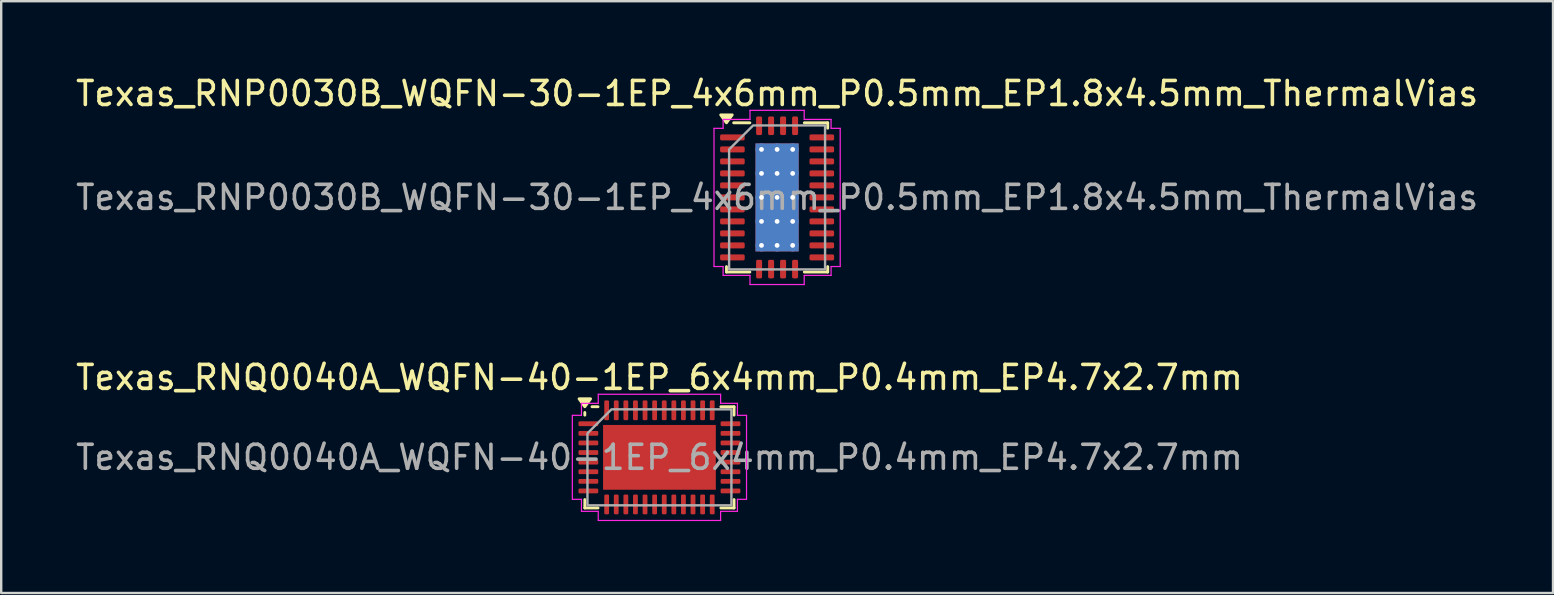
<source format=kicad_pcb>
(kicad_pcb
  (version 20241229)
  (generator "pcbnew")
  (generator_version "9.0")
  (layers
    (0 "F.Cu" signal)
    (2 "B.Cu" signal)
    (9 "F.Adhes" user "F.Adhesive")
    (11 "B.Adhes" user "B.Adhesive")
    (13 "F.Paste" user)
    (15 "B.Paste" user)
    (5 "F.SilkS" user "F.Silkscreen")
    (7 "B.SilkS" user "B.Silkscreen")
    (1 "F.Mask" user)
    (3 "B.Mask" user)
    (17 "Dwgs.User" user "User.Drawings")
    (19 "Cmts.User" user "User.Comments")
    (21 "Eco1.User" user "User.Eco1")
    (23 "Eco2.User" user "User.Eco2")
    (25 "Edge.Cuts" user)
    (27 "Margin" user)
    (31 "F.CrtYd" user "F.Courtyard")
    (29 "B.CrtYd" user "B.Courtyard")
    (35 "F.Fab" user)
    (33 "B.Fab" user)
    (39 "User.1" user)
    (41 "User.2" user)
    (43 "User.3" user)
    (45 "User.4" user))
  (footprint "Texas_RNQ0040A_WQFN-40-1EP_6x4mm_P0.4mm_EP4.7x2.7mm"
    (layer "F.Cu")
    (at 24.435 16.012)
    (property "Reference" "Texas_RNQ0040A_WQFN-40-1EP_6x4mm_P0.4mm_EP4.7x2.7mm" (at 0 -3.33 0) (layer "F.SilkS") (effects (font (size 1 1) (thickness 0.15))))
    (attr smd)
    (fp_line (start -3.11 -1.76) (end -3.11 -1.87) (stroke (width 0.12) (type solid)) (layer "F.SilkS"))
    (fp_line (start -3.11 2.11) (end -3.11 1.76) (stroke (width 0.12) (type solid)) (layer "F.SilkS"))
    (fp_line (start -2.56 -2.11) (end -2.81 -2.11) (stroke (width 0.12) (type solid)) (layer "F.SilkS"))
    (fp_line (start -2.56 2.11) (end -3.11 2.11) (stroke (width 0.12) (type solid)) (layer "F.SilkS"))
    (fp_line (start 2.56 -2.11) (end 3.11 -2.11) (stroke (width 0.12) (type solid)) (layer "F.SilkS"))
    (fp_line (start 2.56 2.11) (end 3.11 2.11) (stroke (width 0.12) (type solid)) (layer "F.SilkS"))
    (fp_line (start 3.11 -2.11) (end 3.11 -1.76) (stroke (width 0.12) (type solid)) (layer "F.SilkS"))
    (fp_line (start 3.11 2.11) (end 3.11 1.76) (stroke (width 0.12) (type solid)) (layer "F.SilkS"))
    (fp_poly (pts (xy -3.11 -2.11) (xy -3.35 -2.44) (xy -2.87 -2.44)) (stroke (width 0.12) (type solid)) (fill yes) (layer "F.SilkS"))
    (fp_line (start -3.63 -1.75) (end -3.25 -1.75) (stroke (width 0.05) (type solid)) (layer "F.CrtYd"))
    (fp_line (start -3.63 1.75) (end -3.63 -1.75) (stroke (width 0.05) (type solid)) (layer "F.CrtYd"))
    (fp_line (start -3.25 -2.25) (end -2.55 -2.25) (stroke (width 0.05) (type solid)) (layer "F.CrtYd"))
    (fp_line (start -3.25 -1.75) (end -3.25 -2.25) (stroke (width 0.05) (type solid)) (layer "F.CrtYd"))
    (fp_line (start -3.25 1.75) (end -3.63 1.75) (stroke (width 0.05) (type solid)) (layer "F.CrtYd"))
    (fp_line (start -3.25 2.25) (end -3.25 1.75) (stroke (width 0.05) (type solid)) (layer "F.CrtYd"))
    (fp_line (start -2.55 -2.63) (end 2.55 -2.63) (stroke (width 0.05) (type solid)) (layer "F.CrtYd"))
    (fp_line (start -2.55 -2.25) (end -2.55 -2.63) (stroke (width 0.05) (type solid)) (layer "F.CrtYd"))
    (fp_line (start -2.55 2.25) (end -3.25 2.25) (stroke (width 0.05) (type solid)) (layer "F.CrtYd"))
    (fp_line (start -2.55 2.63) (end -2.55 2.25) (stroke (width 0.05) (type solid)) (layer "F.CrtYd"))
    (fp_line (start 2.55 -2.63) (end 2.55 -2.25) (stroke (width 0.05) (type solid)) (layer "F.CrtYd"))
    (fp_line (start 2.55 -2.25) (end 3.25 -2.25) (stroke (width 0.05) (type solid)) (layer "F.CrtYd"))
    (fp_line (start 2.55 2.25) (end 2.55 2.63) (stroke (width 0.05) (type solid)) (layer "F.CrtYd"))
    (fp_line (start 2.55 2.63) (end -2.55 2.63) (stroke (width 0.05) (type solid)) (layer "F.CrtYd"))
    (fp_line (start 3.25 -2.25) (end 3.25 -1.75) (stroke (width 0.05) (type solid)) (layer "F.CrtYd"))
    (fp_line (start 3.25 -1.75) (end 3.63 -1.75) (stroke (width 0.05) (type solid)) (layer "F.CrtYd"))
    (fp_line (start 3.25 1.75) (end 3.25 2.25) (stroke (width 0.05) (type solid)) (layer "F.CrtYd"))
    (fp_line (start 3.25 2.25) (end 2.55 2.25) (stroke (width 0.05) (type solid)) (layer "F.CrtYd"))
    (fp_line (start 3.63 -1.75) (end 3.63 1.75) (stroke (width 0.05) (type solid)) (layer "F.CrtYd"))
    (fp_line (start 3.63 1.75) (end 3.25 1.75) (stroke (width 0.05) (type solid)) (layer "F.CrtYd"))
    (fp_poly (pts (xy -3 -1) (xy -3 2) (xy 3 2) (xy 3 -2) (xy -2 -2)) (stroke (width 0.1) (type solid)) (fill no) (layer "F.Fab"))
    (fp_text user "${REFERENCE}" (at 0 0 0) (layer "F.Fab") (effects (font (size 1 1) (thickness 0.15))))
    (pad "" smd roundrect (at -1.57 -0.675) (size 1.34 1.15) (layers "F.Paste") (roundrect_rratio 0.217))
    (pad "" smd roundrect (at -1.57 0.675) (size 1.34 1.15) (layers "F.Paste") (roundrect_rratio 0.217))
    (pad "" smd roundrect (at 0 -0.675) (size 1.34 1.15) (layers "F.Paste") (roundrect_rratio 0.217))
    (pad "" smd roundrect (at 0 0.675) (size 1.34 1.15) (layers "F.Paste") (roundrect_rratio 0.217))
    (pad "" smd roundrect (at 1.57 -0.675) (size 1.34 1.15) (layers "F.Paste") (roundrect_rratio 0.217))
    (pad "" smd roundrect (at 1.57 0.675) (size 1.34 1.15) (layers "F.Paste") (roundrect_rratio 0.217))
    (pad "1" smd roundrect (at -2.962 -1.4) (size 0.825 0.2) (layers "F.Cu" "F.Mask" "F.Paste") (roundrect_rratio 0.25))
    (pad "2" smd roundrect (at -2.962 -1) (size 0.825 0.2) (layers "F.Cu" "F.Mask" "F.Paste") (roundrect_rratio 0.25))
    (pad "3" smd roundrect (at -2.962 -0.6) (size 0.825 0.2) (layers "F.Cu" "F.Mask" "F.Paste") (roundrect_rratio 0.25))
    (pad "4" smd roundrect (at -2.962 -0.2) (size 0.825 0.2) (layers "F.Cu" "F.Mask" "F.Paste") (roundrect_rratio 0.25))
    (pad "5" smd roundrect (at -2.962 0.2) (size 0.825 0.2) (layers "F.Cu" "F.Mask" "F.Paste") (roundrect_rratio 0.25))
    (pad "6" smd roundrect (at -2.962 0.6) (size 0.825 0.2) (layers "F.Cu" "F.Mask" "F.Paste") (roundrect_rratio 0.25))
    (pad "7" smd roundrect (at -2.962 1) (size 0.825 0.2) (layers "F.Cu" "F.Mask" "F.Paste") (roundrect_rratio 0.25))
    (pad "8" smd roundrect (at -2.962 1.4) (size 0.825 0.2) (layers "F.Cu" "F.Mask" "F.Paste") (roundrect_rratio 0.25))
    (pad "9" smd roundrect (at -2.2 1.962) (size 0.2 0.825) (layers "F.Cu" "F.Mask" "F.Paste") (roundrect_rratio 0.25))
    (pad "10" smd roundrect (at -1.8 1.962) (size 0.2 0.825) (layers "F.Cu" "F.Mask" "F.Paste") (roundrect_rratio 0.25))
    (pad "11" smd roundrect (at -1.4 1.962) (size 0.2 0.825) (layers "F.Cu" "F.Mask" "F.Paste") (roundrect_rratio 0.25))
    (pad "12" smd roundrect (at -1 1.962) (size 0.2 0.825) (layers "F.Cu" "F.Mask" "F.Paste") (roundrect_rratio 0.25))
    (pad "13" smd roundrect (at -0.6 1.962) (size 0.2 0.825) (layers "F.Cu" "F.Mask" "F.Paste") (roundrect_rratio 0.25))
    (pad "14" smd roundrect (at -0.2 1.962) (size 0.2 0.825) (layers "F.Cu" "F.Mask" "F.Paste") (roundrect_rratio 0.25))
    (pad "15" smd roundrect (at 0.2 1.962) (size 0.2 0.825) (layers "F.Cu" "F.Mask" "F.Paste") (roundrect_rratio 0.25))
    (pad "16" smd roundrect (at 0.6 1.962) (size 0.2 0.825) (layers "F.Cu" "F.Mask" "F.Paste") (roundrect_rratio 0.25))
    (pad "17" smd roundrect (at 1 1.962) (size 0.2 0.825) (layers "F.Cu" "F.Mask" "F.Paste") (roundrect_rratio 0.25))
    (pad "18" smd roundrect (at 1.4 1.962) (size 0.2 0.825) (layers "F.Cu" "F.Mask" "F.Paste") (roundrect_rratio 0.25))
    (pad "19" smd roundrect (at 1.8 1.962) (size 0.2 0.825) (layers "F.Cu" "F.Mask" "F.Paste") (roundrect_rratio 0.25))
    (pad "20" smd roundrect (at 2.2 1.962) (size 0.2 0.825) (layers "F.Cu" "F.Mask" "F.Paste") (roundrect_rratio 0.25))
    (pad "21" smd roundrect (at 2.962 1.4) (size 0.825 0.2) (layers "F.Cu" "F.Mask" "F.Paste") (roundrect_rratio 0.25))
    (pad "22" smd roundrect (at 2.962 1) (size 0.825 0.2) (layers "F.Cu" "F.Mask" "F.Paste") (roundrect_rratio 0.25))
    (pad "23" smd roundrect (at 2.962 0.6) (size 0.825 0.2) (layers "F.Cu" "F.Mask" "F.Paste") (roundrect_rratio 0.25))
    (pad "24" smd roundrect (at 2.962 0.2) (size 0.825 0.2) (layers "F.Cu" "F.Mask" "F.Paste") (roundrect_rratio 0.25))
    (pad "25" smd roundrect (at 2.962 -0.2) (size 0.825 0.2) (layers "F.Cu" "F.Mask" "F.Paste") (roundrect_rratio 0.25))
    (pad "26" smd roundrect (at 2.962 -0.6) (size 0.825 0.2) (layers "F.Cu" "F.Mask" "F.Paste") (roundrect_rratio 0.25))
    (pad "27" smd roundrect (at 2.962 -1) (size 0.825 0.2) (layers "F.Cu" "F.Mask" "F.Paste") (roundrect_rratio 0.25))
    (pad "28" smd roundrect (at 2.962 -1.4) (size 0.825 0.2) (layers "F.Cu" "F.Mask" "F.Paste") (roundrect_rratio 0.25))
    (pad "29" smd roundrect (at 2.2 -1.962) (size 0.2 0.825) (layers "F.Cu" "F.Mask" "F.Paste") (roundrect_rratio 0.25))
    (pad "30" smd roundrect (at 1.8 -1.962) (size 0.2 0.825) (layers "F.Cu" "F.Mask" "F.Paste") (roundrect_rratio 0.25))
    (pad "31" smd roundrect (at 1.4 -1.962) (size 0.2 0.825) (layers "F.Cu" "F.Mask" "F.Paste") (roundrect_rratio 0.25))
    (pad "32" smd roundrect (at 1 -1.962) (size 0.2 0.825) (layers "F.Cu" "F.Mask" "F.Paste") (roundrect_rratio 0.25))
    (pad "33" smd roundrect (at 0.6 -1.962) (size 0.2 0.825) (layers "F.Cu" "F.Mask" "F.Paste") (roundrect_rratio 0.25))
    (pad "34" smd roundrect (at 0.2 -1.962) (size 0.2 0.825) (layers "F.Cu" "F.Mask" "F.Paste") (roundrect_rratio 0.25))
    (pad "35" smd roundrect (at -0.2 -1.962) (size 0.2 0.825) (layers "F.Cu" "F.Mask" "F.Paste") (roundrect_rratio 0.25))
    (pad "36" smd roundrect (at -0.6 -1.962) (size 0.2 0.825) (layers "F.Cu" "F.Mask" "F.Paste") (roundrect_rratio 0.25))
    (pad "37" smd roundrect (at -1 -1.962) (size 0.2 0.825) (layers "F.Cu" "F.Mask" "F.Paste") (roundrect_rratio 0.25))
    (pad "38" smd roundrect (at -1.4 -1.962) (size 0.2 0.825) (layers "F.Cu" "F.Mask" "F.Paste") (roundrect_rratio 0.25))
    (pad "39" smd roundrect (at -1.8 -1.962) (size 0.2 0.825) (layers "F.Cu" "F.Mask" "F.Paste") (roundrect_rratio 0.25))
    (pad "40" smd roundrect (at -2.2 -1.962) (size 0.2 0.825) (layers "F.Cu" "F.Mask" "F.Paste") (roundrect_rratio 0.25))
    (pad "41" smd rect (at 0 0) (size 4.7 2.7) (property pad_prop_heatsink) (layers "F.Cu" "F.Mask")))
  (footprint "Texas_RNP0030B_WQFN-30-1EP_4x6mm_P0.5mm_EP1.8x4.5mm_ThermalVias"
    (layer "F.Cu")
    (at 29.339 5.178)
    (property "Reference" "Texas_RNP0030B_WQFN-30-1EP_4x6mm_P0.5mm_EP1.8x4.5mm_ThermalVias" (at 0 -4.33 0) (layer "F.SilkS") (effects (font (size 1 1) (thickness 0.15))))
    (attr smd)
    (fp_line (start -2.11 3.11) (end -2.11 2.885) (stroke (width 0.12) (type solid)) (layer "F.SilkS"))
    (fp_line (start -1.135 -3.11) (end -1.81 -3.11) (stroke (width 0.12) (type solid)) (layer "F.SilkS"))
    (fp_line (start -1.135 3.11) (end -2.11 3.11) (stroke (width 0.12) (type solid)) (layer "F.SilkS"))
    (fp_line (start 1.135 -3.11) (end 2.11 -3.11) (stroke (width 0.12) (type solid)) (layer "F.SilkS"))
    (fp_line (start 1.135 3.11) (end 2.11 3.11) (stroke (width 0.12) (type solid)) (layer "F.SilkS"))
    (fp_line (start 2.11 -3.11) (end 2.11 -2.885) (stroke (width 0.12) (type solid)) (layer "F.SilkS"))
    (fp_line (start 2.11 3.11) (end 2.11 2.885) (stroke (width 0.12) (type solid)) (layer "F.SilkS"))
    (fp_poly (pts (xy -2.11 -3.11) (xy -2.35 -3.44) (xy -1.87 -3.44)) (stroke (width 0.12) (type solid)) (fill yes) (layer "F.SilkS"))
    (fp_line (start -2.63 -2.88) (end -2.25 -2.88) (stroke (width 0.05) (type solid)) (layer "F.CrtYd"))
    (fp_line (start -2.63 2.88) (end -2.63 -2.88) (stroke (width 0.05) (type solid)) (layer "F.CrtYd"))
    (fp_line (start -2.25 -3.25) (end -1.13 -3.25) (stroke (width 0.05) (type solid)) (layer "F.CrtYd"))
    (fp_line (start -2.25 -2.88) (end -2.25 -3.25) (stroke (width 0.05) (type solid)) (layer "F.CrtYd"))
    (fp_line (start -2.25 2.88) (end -2.63 2.88) (stroke (width 0.05) (type solid)) (layer "F.CrtYd"))
    (fp_line (start -2.25 3.25) (end -2.25 2.88) (stroke (width 0.05) (type solid)) (layer "F.CrtYd"))
    (fp_line (start -1.13 -3.63) (end 1.13 -3.63) (stroke (width 0.05) (type solid)) (layer "F.CrtYd"))
    (fp_line (start -1.13 -3.25) (end -1.13 -3.63) (stroke (width 0.05) (type solid)) (layer "F.CrtYd"))
    (fp_line (start -1.13 3.25) (end -2.25 3.25) (stroke (width 0.05) (type solid)) (layer "F.CrtYd"))
    (fp_line (start -1.13 3.63) (end -1.13 3.25) (stroke (width 0.05) (type solid)) (layer "F.CrtYd"))
    (fp_line (start 1.13 -3.63) (end 1.13 -3.25) (stroke (width 0.05) (type solid)) (layer "F.CrtYd"))
    (fp_line (start 1.13 -3.25) (end 2.25 -3.25) (stroke (width 0.05) (type solid)) (layer "F.CrtYd"))
    (fp_line (start 1.13 3.25) (end 1.13 3.63) (stroke (width 0.05) (type solid)) (layer "F.CrtYd"))
    (fp_line (start 1.13 3.63) (end -1.13 3.63) (stroke (width 0.05) (type solid)) (layer "F.CrtYd"))
    (fp_line (start 2.25 -3.25) (end 2.25 -2.88) (stroke (width 0.05) (type solid)) (layer "F.CrtYd"))
    (fp_line (start 2.25 -2.88) (end 2.63 -2.88) (stroke (width 0.05) (type solid)) (layer "F.CrtYd"))
    (fp_line (start 2.25 2.88) (end 2.25 3.25) (stroke (width 0.05) (type solid)) (layer "F.CrtYd"))
    (fp_line (start 2.25 3.25) (end 1.13 3.25) (stroke (width 0.05) (type solid)) (layer "F.CrtYd"))
    (fp_line (start 2.63 -2.88) (end 2.63 2.88) (stroke (width 0.05) (type solid)) (layer "F.CrtYd"))
    (fp_line (start 2.63 2.88) (end 2.25 2.88) (stroke (width 0.05) (type solid)) (layer "F.CrtYd"))
    (fp_poly (pts (xy -2 -2) (xy -2 3) (xy 2 3) (xy 2 -3) (xy -1 -3)) (stroke (width 0.1) (type solid)) (fill no) (layer "F.Fab"))
    (fp_text user "${REFERENCE}" (at 0 0 0) (layer "F.Fab") (effects (font (size 1 1) (thickness 0.15))))
    (pad "" smd roundrect (at -0.45 -1.68) (size 0.78 0.97) (layers "F.Paste") (roundrect_rratio 0.25))
    (pad "" smd roundrect (at -0.45 -0.56) (size 0.78 0.97) (layers "F.Paste") (roundrect_rratio 0.25))
    (pad "" smd roundrect (at -0.45 0.56) (size 0.78 0.97) (layers "F.Paste") (roundrect_rratio 0.25))
    (pad "" smd roundrect (at -0.45 1.68) (size 0.78 0.97) (layers "F.Paste") (roundrect_rratio 0.25))
    (pad "" smd roundrect (at 0.45 -1.68) (size 0.78 0.97) (layers "F.Paste") (roundrect_rratio 0.25))
    (pad "" smd roundrect (at 0.45 -0.56) (size 0.78 0.97) (layers "F.Paste") (roundrect_rratio 0.25))
    (pad "" smd roundrect (at 0.45 0.56) (size 0.78 0.97) (layers "F.Paste") (roundrect_rratio 0.25))
    (pad "" smd roundrect (at 0.45 1.68) (size 0.78 0.97) (layers "F.Paste") (roundrect_rratio 0.25))
    (pad "1" smd roundrect (at -1.863 -2.5) (size 1.025 0.25) (layers "F.Cu" "F.Mask" "F.Paste") (roundrect_rratio 0.25))
    (pad "2" smd roundrect (at -1.863 -2) (size 1.025 0.25) (layers "F.Cu" "F.Mask" "F.Paste") (roundrect_rratio 0.25))
    (pad "3" smd roundrect (at -1.863 -1.5) (size 1.025 0.25) (layers "F.Cu" "F.Mask" "F.Paste") (roundrect_rratio 0.25))
    (pad "4" smd roundrect (at -1.863 -1) (size 1.025 0.25) (layers "F.Cu" "F.Mask" "F.Paste") (roundrect_rratio 0.25))
    (pad "5" smd roundrect (at -1.863 -0.5) (size 1.025 0.25) (layers "F.Cu" "F.Mask" "F.Paste") (roundrect_rratio 0.25))
    (pad "6" smd roundrect (at -1.863 0) (size 1.025 0.25) (layers "F.Cu" "F.Mask" "F.Paste") (roundrect_rratio 0.25))
    (pad "7" smd roundrect (at -1.863 0.5) (size 1.025 0.25) (layers "F.Cu" "F.Mask" "F.Paste") (roundrect_rratio 0.25))
    (pad "8" smd roundrect (at -1.863 1) (size 1.025 0.25) (layers "F.Cu" "F.Mask" "F.Paste") (roundrect_rratio 0.25))
    (pad "9" smd roundrect (at -1.863 1.5) (size 1.025 0.25) (layers "F.Cu" "F.Mask" "F.Paste") (roundrect_rratio 0.25))
    (pad "10" smd roundrect (at -1.863 2) (size 1.025 0.25) (layers "F.Cu" "F.Mask" "F.Paste") (roundrect_rratio 0.25))
    (pad "11" smd roundrect (at -1.863 2.5) (size 1.025 0.25) (layers "F.Cu" "F.Mask" "F.Paste") (roundrect_rratio 0.25))
    (pad "12" smd roundrect (at -0.75 2.987) (size 0.25 0.775) (layers "F.Cu" "F.Mask" "F.Paste") (roundrect_rratio 0.25))
    (pad "13" smd roundrect (at -0.25 2.987) (size 0.25 0.775) (layers "F.Cu" "F.Mask" "F.Paste") (roundrect_rratio 0.25))
    (pad "14" smd roundrect (at 0.25 2.987) (size 0.25 0.775) (layers "F.Cu" "F.Mask" "F.Paste") (roundrect_rratio 0.25))
    (pad "15" smd roundrect (at 0.75 2.987) (size 0.25 0.775) (layers "F.Cu" "F.Mask" "F.Paste") (roundrect_rratio 0.25))
    (pad "16" smd roundrect (at 1.863 2.5) (size 1.025 0.25) (layers "F.Cu" "F.Mask" "F.Paste") (roundrect_rratio 0.25))
    (pad "17" smd roundrect (at 1.863 2) (size 1.025 0.25) (layers "F.Cu" "F.Mask" "F.Paste") (roundrect_rratio 0.25))
    (pad "18" smd roundrect (at 1.863 1.5) (size 1.025 0.25) (layers "F.Cu" "F.Mask" "F.Paste") (roundrect_rratio 0.25))
    (pad "19" smd roundrect (at 1.863 1) (size 1.025 0.25) (layers "F.Cu" "F.Mask" "F.Paste") (roundrect_rratio 0.25))
    (pad "20" smd roundrect (at 1.863 0.5) (size 1.025 0.25) (layers "F.Cu" "F.Mask" "F.Paste") (roundrect_rratio 0.25))
    (pad "21" smd roundrect (at 1.863 0) (size 1.025 0.25) (layers "F.Cu" "F.Mask" "F.Paste") (roundrect_rratio 0.25))
    (pad "22" smd roundrect (at 1.863 -0.5) (size 1.025 0.25) (layers "F.Cu" "F.Mask" "F.Paste") (roundrect_rratio 0.25))
    (pad "23" smd roundrect (at 1.863 -1) (size 1.025 0.25) (layers "F.Cu" "F.Mask" "F.Paste") (roundrect_rratio 0.25))
    (pad "24" smd roundrect (at 1.863 -1.5) (size 1.025 0.25) (layers "F.Cu" "F.Mask" "F.Paste") (roundrect_rratio 0.25))
    (pad "25" smd roundrect (at 1.863 -2) (size 1.025 0.25) (layers "F.Cu" "F.Mask" "F.Paste") (roundrect_rratio 0.25))
    (pad "26" smd roundrect (at 1.863 -2.5) (size 1.025 0.25) (layers "F.Cu" "F.Mask" "F.Paste") (roundrect_rratio 0.25))
    (pad "27" smd roundrect (at 0.75 -2.987) (size 0.25 0.775) (layers "F.Cu" "F.Mask" "F.Paste") (roundrect_rratio 0.25))
    (pad "28" smd roundrect (at 0.25 -2.987) (size 0.25 0.775) (layers "F.Cu" "F.Mask" "F.Paste") (roundrect_rratio 0.25))
    (pad "29" smd roundrect (at -0.25 -2.987) (size 0.25 0.775) (layers "F.Cu" "F.Mask" "F.Paste") (roundrect_rratio 0.25))
    (pad "30" smd roundrect (at -0.75 -2.987) (size 0.25 0.775) (layers "F.Cu" "F.Mask" "F.Paste") (roundrect_rratio 0.25))
    (pad "31" thru_hole circle (at -0.65 -2) (size 0.5 0.5) (drill 0.2) (property pad_prop_heatsink) (layers "*.Cu"))
    (pad "31" thru_hole circle (at -0.65 -1) (size 0.5 0.5) (drill 0.2) (property pad_prop_heatsink) (layers "*.Cu"))
    (pad "31" thru_hole circle (at -0.65 0) (size 0.5 0.5) (drill 0.2) (property pad_prop_heatsink) (layers "*.Cu"))
    (pad "31" thru_hole circle (at -0.65 1) (size 0.5 0.5) (drill 0.2) (property pad_prop_heatsink) (layers "*.Cu"))
    (pad "31" thru_hole circle (at -0.65 2) (size 0.5 0.5) (drill 0.2) (property pad_prop_heatsink) (layers "*.Cu"))
    (pad "31" thru_hole circle (at 0 -2) (size 0.5 0.5) (drill 0.2) (property pad_prop_heatsink) (layers "*.Cu"))
    (pad "31" thru_hole circle (at 0 -1) (size 0.5 0.5) (drill 0.2) (property pad_prop_heatsink) (layers "*.Cu"))
    (pad "31" thru_hole circle (at 0 0) (size 0.5 0.5) (drill 0.2) (property pad_prop_heatsink) (layers "*.Cu"))
    (pad "31" smd rect (at 0 0) (size 1.8 4.5) (property pad_prop_heatsink) (layers "F.Cu" "F.Mask"))
    (pad "31" smd rect (at 0 0) (size 1.8 4.5) (property pad_prop_heatsink) (layers "B.Cu"))
    (pad "31" thru_hole circle (at 0 1) (size 0.5 0.5) (drill 0.2) (property pad_prop_heatsink) (layers "*.Cu"))
    (pad "31" thru_hole circle (at 0 2) (size 0.5 0.5) (drill 0.2) (property pad_prop_heatsink) (layers "*.Cu"))
    (pad "31" thru_hole circle (at 0.65 -2) (size 0.5 0.5) (drill 0.2) (property pad_prop_heatsink) (layers "*.Cu"))
    (pad "31" thru_hole circle (at 0.65 -1) (size 0.5 0.5) (drill 0.2) (property pad_prop_heatsink) (layers "*.Cu"))
    (pad "31" thru_hole circle (at 0.65 0) (size 0.5 0.5) (drill 0.2) (property pad_prop_heatsink) (layers "*.Cu"))
    (pad "31" thru_hole circle (at 0.65 1) (size 0.5 0.5) (drill 0.2) (property pad_prop_heatsink) (layers "*.Cu"))
    (pad "31" thru_hole circle (at 0.65 2) (size 0.5 0.5) (drill 0.2) (property pad_prop_heatsink) (layers "*.Cu")))
  (gr_rect
    (start -3 -3)
    (end 61.679 21.666)
    (stroke (width 0.1) (type default))
    (fill no)
    (layer "Edge.Cuts")))
</source>
